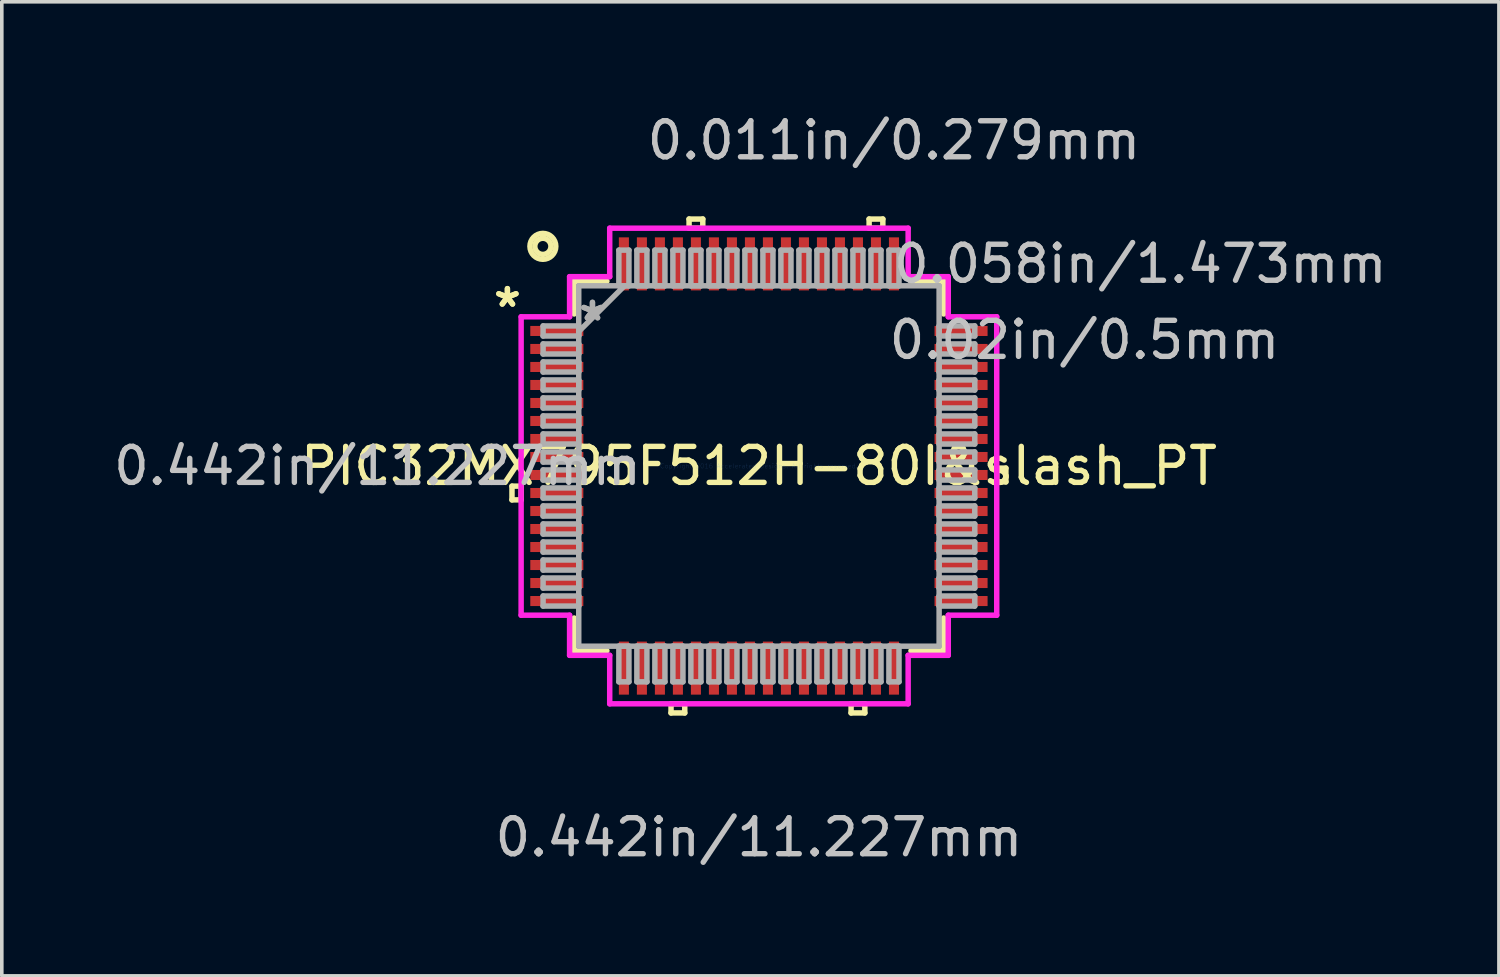
<source format=kicad_pcb>
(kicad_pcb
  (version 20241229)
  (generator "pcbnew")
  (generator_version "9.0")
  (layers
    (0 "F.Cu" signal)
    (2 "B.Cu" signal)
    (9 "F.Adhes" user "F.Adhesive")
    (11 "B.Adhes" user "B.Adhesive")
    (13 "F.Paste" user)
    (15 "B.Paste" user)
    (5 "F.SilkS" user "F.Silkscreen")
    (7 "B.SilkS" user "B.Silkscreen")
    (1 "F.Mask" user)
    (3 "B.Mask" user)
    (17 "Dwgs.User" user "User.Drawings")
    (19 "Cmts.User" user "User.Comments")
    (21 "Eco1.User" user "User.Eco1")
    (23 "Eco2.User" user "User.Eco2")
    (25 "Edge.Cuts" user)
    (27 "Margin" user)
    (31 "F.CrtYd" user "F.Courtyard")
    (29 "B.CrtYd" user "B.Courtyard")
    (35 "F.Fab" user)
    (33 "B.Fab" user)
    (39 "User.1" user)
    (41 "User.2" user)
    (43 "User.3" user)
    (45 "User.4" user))
  (footprint "PIC32MX795F512H-80I&slash_PT"
    (layer "F.Cu")
    (at 18.026 9.891)
    (property "Reference" "PIC32MX795F512H-80I&slash_PT" (at 0 0 0) (layer "F.SilkS") (effects (font (size 1 1) (thickness 0.15))))
    (attr through_hole)
    (fp_line (start -6.858 0.56) (end -6.858 0.941) (stroke (width 0.152) (type solid)) (layer "F.SilkS"))
    (fp_line (start -6.858 0.941) (end -6.604 0.941) (stroke (width 0.152) (type solid)) (layer "F.SilkS"))
    (fp_line (start -6.604 0.56) (end -6.858 0.56) (stroke (width 0.152) (type solid)) (layer "F.SilkS"))
    (fp_line (start -6.604 0.941) (end -6.604 0.56) (stroke (width 0.152) (type solid)) (layer "F.SilkS"))
    (fp_line (start -5.131 -5.131) (end -5.131 -4.222) (stroke (width 0.152) (type solid)) (layer "F.SilkS"))
    (fp_line (start -5.131 4.222) (end -5.131 5.131) (stroke (width 0.152) (type solid)) (layer "F.SilkS"))
    (fp_line (start -5.131 5.131) (end -4.222 5.131) (stroke (width 0.152) (type solid)) (layer "F.SilkS"))
    (fp_line (start -4.222 -5.131) (end -5.131 -5.131) (stroke (width 0.152) (type solid)) (layer "F.SilkS"))
    (fp_line (start -2.441 6.604) (end -2.441 6.858) (stroke (width 0.152) (type solid)) (layer "F.SilkS"))
    (fp_line (start -2.441 6.858) (end -2.06 6.858) (stroke (width 0.152) (type solid)) (layer "F.SilkS"))
    (fp_line (start -2.06 6.604) (end -2.441 6.604) (stroke (width 0.152) (type solid)) (layer "F.SilkS"))
    (fp_line (start -2.06 6.858) (end -2.06 6.604) (stroke (width 0.152) (type solid)) (layer "F.SilkS"))
    (fp_line (start -1.94 -6.858) (end -1.559 -6.858) (stroke (width 0.152) (type solid)) (layer "F.SilkS"))
    (fp_line (start -1.94 -6.604) (end -1.94 -6.858) (stroke (width 0.152) (type solid)) (layer "F.SilkS"))
    (fp_line (start -1.559 -6.858) (end -1.559 -6.604) (stroke (width 0.152) (type solid)) (layer "F.SilkS"))
    (fp_line (start -1.559 -6.604) (end -1.94 -6.604) (stroke (width 0.152) (type solid)) (layer "F.SilkS"))
    (fp_line (start 2.559 6.604) (end 2.559 6.858) (stroke (width 0.152) (type solid)) (layer "F.SilkS"))
    (fp_line (start 2.559 6.858) (end 2.941 6.858) (stroke (width 0.152) (type solid)) (layer "F.SilkS"))
    (fp_line (start 2.941 6.604) (end 2.559 6.604) (stroke (width 0.152) (type solid)) (layer "F.SilkS"))
    (fp_line (start 2.941 6.858) (end 2.941 6.604) (stroke (width 0.152) (type solid)) (layer "F.SilkS"))
    (fp_line (start 3.06 -6.858) (end 3.441 -6.858) (stroke (width 0.152) (type solid)) (layer "F.SilkS"))
    (fp_line (start 3.06 -6.604) (end 3.06 -6.858) (stroke (width 0.152) (type solid)) (layer "F.SilkS"))
    (fp_line (start 3.441 -6.858) (end 3.441 -6.604) (stroke (width 0.152) (type solid)) (layer "F.SilkS"))
    (fp_line (start 3.441 -6.604) (end 3.06 -6.604) (stroke (width 0.152) (type solid)) (layer "F.SilkS"))
    (fp_line (start 4.222 5.131) (end 5.131 5.131) (stroke (width 0.152) (type solid)) (layer "F.SilkS"))
    (fp_line (start 5.131 -5.131) (end 4.222 -5.131) (stroke (width 0.152) (type solid)) (layer "F.SilkS"))
    (fp_line (start 5.131 -4.222) (end 5.131 -5.131) (stroke (width 0.152) (type solid)) (layer "F.SilkS"))
    (fp_line (start 5.131 5.131) (end 5.131 4.222) (stroke (width 0.152) (type solid)) (layer "F.SilkS"))
    (fp_line (start 6.604 0.059) (end 6.858 0.059) (stroke (width 0.152) (type solid)) (layer "F.SilkS"))
    (fp_line (start 6.604 0.441) (end 6.604 0.059) (stroke (width 0.152) (type solid)) (layer "F.SilkS"))
    (fp_line (start 6.858 0.059) (end 6.858 0.441) (stroke (width 0.152) (type solid)) (layer "F.SilkS"))
    (fp_line (start 6.858 0.441) (end 6.604 0.441) (stroke (width 0.152) (type solid)) (layer "F.SilkS"))
    (fp_circle (center -6 -6.1) (end -5.9 -5.9) (stroke (width 0.15) (type solid)) (fill no) (layer "F.SilkS"))
    (fp_circle (center -6 -6.1) (end -5.8 -5.8) (stroke (width 0.15) (type solid)) (fill no) (layer "F.SilkS"))
    (fp_line (start -6.604 -4.144) (end -5.258 -4.144) (stroke (width 0.152) (type solid)) (layer "F.CrtYd"))
    (fp_line (start -6.604 4.144) (end -6.604 -4.144) (stroke (width 0.152) (type solid)) (layer "F.CrtYd"))
    (fp_line (start -5.258 -5.258) (end -4.144 -5.258) (stroke (width 0.152) (type solid)) (layer "F.CrtYd"))
    (fp_line (start -5.258 -4.144) (end -5.258 -5.258) (stroke (width 0.152) (type solid)) (layer "F.CrtYd"))
    (fp_line (start -5.258 4.144) (end -6.604 4.144) (stroke (width 0.152) (type solid)) (layer "F.CrtYd"))
    (fp_line (start -5.258 5.258) (end -5.258 4.144) (stroke (width 0.152) (type solid)) (layer "F.CrtYd"))
    (fp_line (start -4.144 -6.604) (end 4.144 -6.604) (stroke (width 0.152) (type solid)) (layer "F.CrtYd"))
    (fp_line (start -4.144 -5.258) (end -4.144 -6.604) (stroke (width 0.152) (type solid)) (layer "F.CrtYd"))
    (fp_line (start -4.144 5.258) (end -5.258 5.258) (stroke (width 0.152) (type solid)) (layer "F.CrtYd"))
    (fp_line (start -4.144 6.604) (end -4.144 5.258) (stroke (width 0.152) (type solid)) (layer "F.CrtYd"))
    (fp_line (start 4.144 -6.604) (end 4.144 -5.258) (stroke (width 0.152) (type solid)) (layer "F.CrtYd"))
    (fp_line (start 4.144 -5.258) (end 5.258 -5.258) (stroke (width 0.152) (type solid)) (layer "F.CrtYd"))
    (fp_line (start 4.144 5.258) (end 4.144 6.604) (stroke (width 0.152) (type solid)) (layer "F.CrtYd"))
    (fp_line (start 4.144 6.604) (end -4.144 6.604) (stroke (width 0.152) (type solid)) (layer "F.CrtYd"))
    (fp_line (start 5.258 -5.258) (end 5.258 -4.144) (stroke (width 0.152) (type solid)) (layer "F.CrtYd"))
    (fp_line (start 5.258 -4.144) (end 6.604 -4.144) (stroke (width 0.152) (type solid)) (layer "F.CrtYd"))
    (fp_line (start 5.258 4.144) (end 5.258 5.258) (stroke (width 0.152) (type solid)) (layer "F.CrtYd"))
    (fp_line (start 5.258 5.258) (end 4.144 5.258) (stroke (width 0.152) (type solid)) (layer "F.CrtYd"))
    (fp_line (start 6.604 -4.144) (end 6.604 4.144) (stroke (width 0.152) (type solid)) (layer "F.CrtYd"))
    (fp_line (start 6.604 4.144) (end 5.258 4.144) (stroke (width 0.152) (type solid)) (layer "F.CrtYd"))
    (fp_line (start -5.994 -3.89) (end -5.994 -3.61) (stroke (width 0.152) (type solid)) (layer "F.Fab"))
    (fp_line (start -5.994 -3.61) (end -5.004 -3.61) (stroke (width 0.152) (type solid)) (layer "F.Fab"))
    (fp_line (start -5.994 -3.39) (end -5.994 -3.11) (stroke (width 0.152) (type solid)) (layer "F.Fab"))
    (fp_line (start -5.994 -3.11) (end -5.004 -3.11) (stroke (width 0.152) (type solid)) (layer "F.Fab"))
    (fp_line (start -5.994 -2.89) (end -5.994 -2.61) (stroke (width 0.152) (type solid)) (layer "F.Fab"))
    (fp_line (start -5.994 -2.61) (end -5.004 -2.61) (stroke (width 0.152) (type solid)) (layer "F.Fab"))
    (fp_line (start -5.994 -2.39) (end -5.994 -2.11) (stroke (width 0.152) (type solid)) (layer "F.Fab"))
    (fp_line (start -5.994 -2.11) (end -5.004 -2.11) (stroke (width 0.152) (type solid)) (layer "F.Fab"))
    (fp_line (start -5.994 -1.89) (end -5.994 -1.61) (stroke (width 0.152) (type solid)) (layer "F.Fab"))
    (fp_line (start -5.994 -1.61) (end -5.004 -1.61) (stroke (width 0.152) (type solid)) (layer "F.Fab"))
    (fp_line (start -5.994 -1.39) (end -5.994 -1.11) (stroke (width 0.152) (type solid)) (layer "F.Fab"))
    (fp_line (start -5.994 -1.11) (end -5.004 -1.11) (stroke (width 0.152) (type solid)) (layer "F.Fab"))
    (fp_line (start -5.994 -0.89) (end -5.994 -0.61) (stroke (width 0.152) (type solid)) (layer "F.Fab"))
    (fp_line (start -5.994 -0.61) (end -5.004 -0.61) (stroke (width 0.152) (type solid)) (layer "F.Fab"))
    (fp_line (start -5.994 -0.39) (end -5.994 -0.11) (stroke (width 0.152) (type solid)) (layer "F.Fab"))
    (fp_line (start -5.994 -0.11) (end -5.004 -0.11) (stroke (width 0.152) (type solid)) (layer "F.Fab"))
    (fp_line (start -5.994 0.11) (end -5.994 0.39) (stroke (width 0.152) (type solid)) (layer "F.Fab"))
    (fp_line (start -5.994 0.39) (end -5.004 0.39) (stroke (width 0.152) (type solid)) (layer "F.Fab"))
    (fp_line (start -5.994 0.61) (end -5.994 0.89) (stroke (width 0.152) (type solid)) (layer "F.Fab"))
    (fp_line (start -5.994 0.89) (end -5.004 0.89) (stroke (width 0.152) (type solid)) (layer "F.Fab"))
    (fp_line (start -5.994 1.11) (end -5.994 1.39) (stroke (width 0.152) (type solid)) (layer "F.Fab"))
    (fp_line (start -5.994 1.39) (end -5.004 1.39) (stroke (width 0.152) (type solid)) (layer "F.Fab"))
    (fp_line (start -5.994 1.61) (end -5.994 1.89) (stroke (width 0.152) (type solid)) (layer "F.Fab"))
    (fp_line (start -5.994 1.89) (end -5.004 1.89) (stroke (width 0.152) (type solid)) (layer "F.Fab"))
    (fp_line (start -5.994 2.11) (end -5.994 2.39) (stroke (width 0.152) (type solid)) (layer "F.Fab"))
    (fp_line (start -5.994 2.39) (end -5.004 2.39) (stroke (width 0.152) (type solid)) (layer "F.Fab"))
    (fp_line (start -5.994 2.61) (end -5.994 2.89) (stroke (width 0.152) (type solid)) (layer "F.Fab"))
    (fp_line (start -5.994 2.89) (end -5.004 2.89) (stroke (width 0.152) (type solid)) (layer "F.Fab"))
    (fp_line (start -5.994 3.11) (end -5.994 3.39) (stroke (width 0.152) (type solid)) (layer "F.Fab"))
    (fp_line (start -5.994 3.39) (end -5.004 3.39) (stroke (width 0.152) (type solid)) (layer "F.Fab"))
    (fp_line (start -5.994 3.61) (end -5.994 3.89) (stroke (width 0.152) (type solid)) (layer "F.Fab"))
    (fp_line (start -5.994 3.89) (end -5.004 3.89) (stroke (width 0.152) (type solid)) (layer "F.Fab"))
    (fp_line (start -5.004 -5.004) (end -5.004 -5.004) (stroke (width 0.152) (type solid)) (layer "F.Fab"))
    (fp_line (start -5.004 -5.004) (end -5.004 5.004) (stroke (width 0.152) (type solid)) (layer "F.Fab"))
    (fp_line (start -5.004 -3.89) (end -5.994 -3.89) (stroke (width 0.152) (type solid)) (layer "F.Fab"))
    (fp_line (start -5.004 -3.734) (end -3.734 -5.004) (stroke (width 0.152) (type solid)) (layer "F.Fab"))
    (fp_line (start -5.004 -3.61) (end -5.004 -3.89) (stroke (width 0.152) (type solid)) (layer "F.Fab"))
    (fp_line (start -5.004 -3.39) (end -5.994 -3.39) (stroke (width 0.152) (type solid)) (layer "F.Fab"))
    (fp_line (start -5.004 -3.11) (end -5.004 -3.39) (stroke (width 0.152) (type solid)) (layer "F.Fab"))
    (fp_line (start -5.004 -2.89) (end -5.994 -2.89) (stroke (width 0.152) (type solid)) (layer "F.Fab"))
    (fp_line (start -5.004 -2.61) (end -5.004 -2.89) (stroke (width 0.152) (type solid)) (layer "F.Fab"))
    (fp_line (start -5.004 -2.39) (end -5.994 -2.39) (stroke (width 0.152) (type solid)) (layer "F.Fab"))
    (fp_line (start -5.004 -2.11) (end -5.004 -2.39) (stroke (width 0.152) (type solid)) (layer "F.Fab"))
    (fp_line (start -5.004 -1.89) (end -5.994 -1.89) (stroke (width 0.152) (type solid)) (layer "F.Fab"))
    (fp_line (start -5.004 -1.61) (end -5.004 -1.89) (stroke (width 0.152) (type solid)) (layer "F.Fab"))
    (fp_line (start -5.004 -1.39) (end -5.994 -1.39) (stroke (width 0.152) (type solid)) (layer "F.Fab"))
    (fp_line (start -5.004 -1.11) (end -5.004 -1.39) (stroke (width 0.152) (type solid)) (layer "F.Fab"))
    (fp_line (start -5.004 -0.89) (end -5.994 -0.89) (stroke (width 0.152) (type solid)) (layer "F.Fab"))
    (fp_line (start -5.004 -0.61) (end -5.004 -0.89) (stroke (width 0.152) (type solid)) (layer "F.Fab"))
    (fp_line (start -5.004 -0.39) (end -5.994 -0.39) (stroke (width 0.152) (type solid)) (layer "F.Fab"))
    (fp_line (start -5.004 -0.11) (end -5.004 -0.39) (stroke (width 0.152) (type solid)) (layer "F.Fab"))
    (fp_line (start -5.004 0.11) (end -5.994 0.11) (stroke (width 0.152) (type solid)) (layer "F.Fab"))
    (fp_line (start -5.004 0.39) (end -5.004 0.11) (stroke (width 0.152) (type solid)) (layer "F.Fab"))
    (fp_line (start -5.004 0.61) (end -5.994 0.61) (stroke (width 0.152) (type solid)) (layer "F.Fab"))
    (fp_line (start -5.004 0.89) (end -5.004 0.61) (stroke (width 0.152) (type solid)) (layer "F.Fab"))
    (fp_line (start -5.004 1.11) (end -5.994 1.11) (stroke (width 0.152) (type solid)) (layer "F.Fab"))
    (fp_line (start -5.004 1.39) (end -5.004 1.11) (stroke (width 0.152) (type solid)) (layer "F.Fab"))
    (fp_line (start -5.004 1.61) (end -5.994 1.61) (stroke (width 0.152) (type solid)) (layer "F.Fab"))
    (fp_line (start -5.004 1.89) (end -5.004 1.61) (stroke (width 0.152) (type solid)) (layer "F.Fab"))
    (fp_line (start -5.004 2.11) (end -5.994 2.11) (stroke (width 0.152) (type solid)) (layer "F.Fab"))
    (fp_line (start -5.004 2.39) (end -5.004 2.11) (stroke (width 0.152) (type solid)) (layer "F.Fab"))
    (fp_line (start -5.004 2.61) (end -5.994 2.61) (stroke (width 0.152) (type solid)) (layer "F.Fab"))
    (fp_line (start -5.004 2.89) (end -5.004 2.61) (stroke (width 0.152) (type solid)) (layer "F.Fab"))
    (fp_line (start -5.004 3.11) (end -5.994 3.11) (stroke (width 0.152) (type solid)) (layer "F.Fab"))
    (fp_line (start -5.004 3.39) (end -5.004 3.11) (stroke (width 0.152) (type solid)) (layer "F.Fab"))
    (fp_line (start -5.004 3.61) (end -5.994 3.61) (stroke (width 0.152) (type solid)) (layer "F.Fab"))
    (fp_line (start -5.004 3.89) (end -5.004 3.61) (stroke (width 0.152) (type solid)) (layer "F.Fab"))
    (fp_line (start -5.004 5.004) (end -5.004 5.004) (stroke (width 0.152) (type solid)) (layer "F.Fab"))
    (fp_line (start -5.004 5.004) (end 5.004 5.004) (stroke (width 0.152) (type solid)) (layer "F.Fab"))
    (fp_line (start -3.89 -5.994) (end -3.89 -5.004) (stroke (width 0.152) (type solid)) (layer "F.Fab"))
    (fp_line (start -3.89 -5.004) (end -3.61 -5.004) (stroke (width 0.152) (type solid)) (layer "F.Fab"))
    (fp_line (start -3.89 5.004) (end -3.89 5.994) (stroke (width 0.152) (type solid)) (layer "F.Fab"))
    (fp_line (start -3.89 5.994) (end -3.61 5.994) (stroke (width 0.152) (type solid)) (layer "F.Fab"))
    (fp_line (start -3.61 -5.994) (end -3.89 -5.994) (stroke (width 0.152) (type solid)) (layer "F.Fab"))
    (fp_line (start -3.61 -5.004) (end -3.61 -5.994) (stroke (width 0.152) (type solid)) (layer "F.Fab"))
    (fp_line (start -3.61 5.004) (end -3.89 5.004) (stroke (width 0.152) (type solid)) (layer "F.Fab"))
    (fp_line (start -3.61 5.994) (end -3.61 5.004) (stroke (width 0.152) (type solid)) (layer "F.Fab"))
    (fp_line (start -3.39 -5.994) (end -3.39 -5.004) (stroke (width 0.152) (type solid)) (layer "F.Fab"))
    (fp_line (start -3.39 -5.004) (end -3.11 -5.004) (stroke (width 0.152) (type solid)) (layer "F.Fab"))
    (fp_line (start -3.39 5.004) (end -3.39 5.994) (stroke (width 0.152) (type solid)) (layer "F.Fab"))
    (fp_line (start -3.39 5.994) (end -3.11 5.994) (stroke (width 0.152) (type solid)) (layer "F.Fab"))
    (fp_line (start -3.11 -5.994) (end -3.39 -5.994) (stroke (width 0.152) (type solid)) (layer "F.Fab"))
    (fp_line (start -3.11 -5.004) (end -3.11 -5.994) (stroke (width 0.152) (type solid)) (layer "F.Fab"))
    (fp_line (start -3.11 5.004) (end -3.39 5.004) (stroke (width 0.152) (type solid)) (layer "F.Fab"))
    (fp_line (start -3.11 5.994) (end -3.11 5.004) (stroke (width 0.152) (type solid)) (layer "F.Fab"))
    (fp_line (start -2.89 -5.994) (end -2.89 -5.004) (stroke (width 0.152) (type solid)) (layer "F.Fab"))
    (fp_line (start -2.89 -5.004) (end -2.61 -5.004) (stroke (width 0.152) (type solid)) (layer "F.Fab"))
    (fp_line (start -2.89 5.004) (end -2.89 5.994) (stroke (width 0.152) (type solid)) (layer "F.Fab"))
    (fp_line (start -2.89 5.994) (end -2.61 5.994) (stroke (width 0.152) (type solid)) (layer "F.Fab"))
    (fp_line (start -2.61 -5.994) (end -2.89 -5.994) (stroke (width 0.152) (type solid)) (layer "F.Fab"))
    (fp_line (start -2.61 -5.004) (end -2.61 -5.994) (stroke (width 0.152) (type solid)) (layer "F.Fab"))
    (fp_line (start -2.61 5.004) (end -2.89 5.004) (stroke (width 0.152) (type solid)) (layer "F.Fab"))
    (fp_line (start -2.61 5.994) (end -2.61 5.004) (stroke (width 0.152) (type solid)) (layer "F.Fab"))
    (fp_line (start -2.39 -5.994) (end -2.39 -5.004) (stroke (width 0.152) (type solid)) (layer "F.Fab"))
    (fp_line (start -2.39 -5.004) (end -2.11 -5.004) (stroke (width 0.152) (type solid)) (layer "F.Fab"))
    (fp_line (start -2.39 5.004) (end -2.39 5.994) (stroke (width 0.152) (type solid)) (layer "F.Fab"))
    (fp_line (start -2.39 5.994) (end -2.11 5.994) (stroke (width 0.152) (type solid)) (layer "F.Fab"))
    (fp_line (start -2.11 -5.994) (end -2.39 -5.994) (stroke (width 0.152) (type solid)) (layer "F.Fab"))
    (fp_line (start -2.11 -5.004) (end -2.11 -5.994) (stroke (width 0.152) (type solid)) (layer "F.Fab"))
    (fp_line (start -2.11 5.004) (end -2.39 5.004) (stroke (width 0.152) (type solid)) (layer "F.Fab"))
    (fp_line (start -2.11 5.994) (end -2.11 5.004) (stroke (width 0.152) (type solid)) (layer "F.Fab"))
    (fp_line (start -1.89 -5.994) (end -1.89 -5.004) (stroke (width 0.152) (type solid)) (layer "F.Fab"))
    (fp_line (start -1.89 -5.004) (end -1.61 -5.004) (stroke (width 0.152) (type solid)) (layer "F.Fab"))
    (fp_line (start -1.89 5.004) (end -1.89 5.994) (stroke (width 0.152) (type solid)) (layer "F.Fab"))
    (fp_line (start -1.89 5.994) (end -1.61 5.994) (stroke (width 0.152) (type solid)) (layer "F.Fab"))
    (fp_line (start -1.61 -5.994) (end -1.89 -5.994) (stroke (width 0.152) (type solid)) (layer "F.Fab"))
    (fp_line (start -1.61 -5.004) (end -1.61 -5.994) (stroke (width 0.152) (type solid)) (layer "F.Fab"))
    (fp_line (start -1.61 5.004) (end -1.89 5.004) (stroke (width 0.152) (type solid)) (layer "F.Fab"))
    (fp_line (start -1.61 5.994) (end -1.61 5.004) (stroke (width 0.152) (type solid)) (layer "F.Fab"))
    (fp_line (start -1.39 -5.994) (end -1.39 -5.004) (stroke (width 0.152) (type solid)) (layer "F.Fab"))
    (fp_line (start -1.39 -5.004) (end -1.11 -5.004) (stroke (width 0.152) (type solid)) (layer "F.Fab"))
    (fp_line (start -1.39 5.004) (end -1.39 5.994) (stroke (width 0.152) (type solid)) (layer "F.Fab"))
    (fp_line (start -1.39 5.994) (end -1.11 5.994) (stroke (width 0.152) (type solid)) (layer "F.Fab"))
    (fp_line (start -1.11 -5.994) (end -1.39 -5.994) (stroke (width 0.152) (type solid)) (layer "F.Fab"))
    (fp_line (start -1.11 -5.004) (end -1.11 -5.994) (stroke (width 0.152) (type solid)) (layer "F.Fab"))
    (fp_line (start -1.11 5.004) (end -1.39 5.004) (stroke (width 0.152) (type solid)) (layer "F.Fab"))
    (fp_line (start -1.11 5.994) (end -1.11 5.004) (stroke (width 0.152) (type solid)) (layer "F.Fab"))
    (fp_line (start -0.89 -5.994) (end -0.89 -5.004) (stroke (width 0.152) (type solid)) (layer "F.Fab"))
    (fp_line (start -0.89 -5.004) (end -0.61 -5.004) (stroke (width 0.152) (type solid)) (layer "F.Fab"))
    (fp_line (start -0.89 5.004) (end -0.89 5.994) (stroke (width 0.152) (type solid)) (layer "F.Fab"))
    (fp_line (start -0.89 5.994) (end -0.61 5.994) (stroke (width 0.152) (type solid)) (layer "F.Fab"))
    (fp_line (start -0.61 -5.994) (end -0.89 -5.994) (stroke (width 0.152) (type solid)) (layer "F.Fab"))
    (fp_line (start -0.61 -5.004) (end -0.61 -5.994) (stroke (width 0.152) (type solid)) (layer "F.Fab"))
    (fp_line (start -0.61 5.004) (end -0.89 5.004) (stroke (width 0.152) (type solid)) (layer "F.Fab"))
    (fp_line (start -0.61 5.994) (end -0.61 5.004) (stroke (width 0.152) (type solid)) (layer "F.Fab"))
    (fp_line (start -0.39 -5.994) (end -0.39 -5.004) (stroke (width 0.152) (type solid)) (layer "F.Fab"))
    (fp_line (start -0.39 -5.004) (end -0.11 -5.004) (stroke (width 0.152) (type solid)) (layer "F.Fab"))
    (fp_line (start -0.39 5.004) (end -0.39 5.994) (stroke (width 0.152) (type solid)) (layer "F.Fab"))
    (fp_line (start -0.39 5.994) (end -0.11 5.994) (stroke (width 0.152) (type solid)) (layer "F.Fab"))
    (fp_line (start -0.11 -5.994) (end -0.39 -5.994) (stroke (width 0.152) (type solid)) (layer "F.Fab"))
    (fp_line (start -0.11 -5.004) (end -0.11 -5.994) (stroke (width 0.152) (type solid)) (layer "F.Fab"))
    (fp_line (start -0.11 5.004) (end -0.39 5.004) (stroke (width 0.152) (type solid)) (layer "F.Fab"))
    (fp_line (start -0.11 5.994) (end -0.11 5.004) (stroke (width 0.152) (type solid)) (layer "F.Fab"))
    (fp_line (start 0.11 -5.994) (end 0.11 -5.004) (stroke (width 0.152) (type solid)) (layer "F.Fab"))
    (fp_line (start 0.11 -5.004) (end 0.39 -5.004) (stroke (width 0.152) (type solid)) (layer "F.Fab"))
    (fp_line (start 0.11 5.004) (end 0.11 5.994) (stroke (width 0.152) (type solid)) (layer "F.Fab"))
    (fp_line (start 0.11 5.994) (end 0.39 5.994) (stroke (width 0.152) (type solid)) (layer "F.Fab"))
    (fp_line (start 0.39 -5.994) (end 0.11 -5.994) (stroke (width 0.152) (type solid)) (layer "F.Fab"))
    (fp_line (start 0.39 -5.004) (end 0.39 -5.994) (stroke (width 0.152) (type solid)) (layer "F.Fab"))
    (fp_line (start 0.39 5.004) (end 0.11 5.004) (stroke (width 0.152) (type solid)) (layer "F.Fab"))
    (fp_line (start 0.39 5.994) (end 0.39 5.004) (stroke (width 0.152) (type solid)) (layer "F.Fab"))
    (fp_line (start 0.61 -5.994) (end 0.61 -5.004) (stroke (width 0.152) (type solid)) (layer "F.Fab"))
    (fp_line (start 0.61 -5.004) (end 0.89 -5.004) (stroke (width 0.152) (type solid)) (layer "F.Fab"))
    (fp_line (start 0.61 5.004) (end 0.61 5.994) (stroke (width 0.152) (type solid)) (layer "F.Fab"))
    (fp_line (start 0.61 5.994) (end 0.89 5.994) (stroke (width 0.152) (type solid)) (layer "F.Fab"))
    (fp_line (start 0.89 -5.994) (end 0.61 -5.994) (stroke (width 0.152) (type solid)) (layer "F.Fab"))
    (fp_line (start 0.89 -5.004) (end 0.89 -5.994) (stroke (width 0.152) (type solid)) (layer "F.Fab"))
    (fp_line (start 0.89 5.004) (end 0.61 5.004) (stroke (width 0.152) (type solid)) (layer "F.Fab"))
    (fp_line (start 0.89 5.994) (end 0.89 5.004) (stroke (width 0.152) (type solid)) (layer "F.Fab"))
    (fp_line (start 1.11 -5.994) (end 1.11 -5.004) (stroke (width 0.152) (type solid)) (layer "F.Fab"))
    (fp_line (start 1.11 -5.004) (end 1.39 -5.004) (stroke (width 0.152) (type solid)) (layer "F.Fab"))
    (fp_line (start 1.11 5.004) (end 1.11 5.994) (stroke (width 0.152) (type solid)) (layer "F.Fab"))
    (fp_line (start 1.11 5.994) (end 1.39 5.994) (stroke (width 0.152) (type solid)) (layer "F.Fab"))
    (fp_line (start 1.39 -5.994) (end 1.11 -5.994) (stroke (width 0.152) (type solid)) (layer "F.Fab"))
    (fp_line (start 1.39 -5.004) (end 1.39 -5.994) (stroke (width 0.152) (type solid)) (layer "F.Fab"))
    (fp_line (start 1.39 5.004) (end 1.11 5.004) (stroke (width 0.152) (type solid)) (layer "F.Fab"))
    (fp_line (start 1.39 5.994) (end 1.39 5.004) (stroke (width 0.152) (type solid)) (layer "F.Fab"))
    (fp_line (start 1.61 -5.994) (end 1.61 -5.004) (stroke (width 0.152) (type solid)) (layer "F.Fab"))
    (fp_line (start 1.61 -5.004) (end 1.89 -5.004) (stroke (width 0.152) (type solid)) (layer "F.Fab"))
    (fp_line (start 1.61 5.004) (end 1.61 5.994) (stroke (width 0.152) (type solid)) (layer "F.Fab"))
    (fp_line (start 1.61 5.994) (end 1.89 5.994) (stroke (width 0.152) (type solid)) (layer "F.Fab"))
    (fp_line (start 1.89 -5.994) (end 1.61 -5.994) (stroke (width 0.152) (type solid)) (layer "F.Fab"))
    (fp_line (start 1.89 -5.004) (end 1.89 -5.994) (stroke (width 0.152) (type solid)) (layer "F.Fab"))
    (fp_line (start 1.89 5.004) (end 1.61 5.004) (stroke (width 0.152) (type solid)) (layer "F.Fab"))
    (fp_line (start 1.89 5.994) (end 1.89 5.004) (stroke (width 0.152) (type solid)) (layer "F.Fab"))
    (fp_line (start 2.11 -5.994) (end 2.11 -5.004) (stroke (width 0.152) (type solid)) (layer "F.Fab"))
    (fp_line (start 2.11 -5.004) (end 2.39 -5.004) (stroke (width 0.152) (type solid)) (layer "F.Fab"))
    (fp_line (start 2.11 5.004) (end 2.11 5.994) (stroke (width 0.152) (type solid)) (layer "F.Fab"))
    (fp_line (start 2.11 5.994) (end 2.39 5.994) (stroke (width 0.152) (type solid)) (layer "F.Fab"))
    (fp_line (start 2.39 -5.994) (end 2.11 -5.994) (stroke (width 0.152) (type solid)) (layer "F.Fab"))
    (fp_line (start 2.39 -5.004) (end 2.39 -5.994) (stroke (width 0.152) (type solid)) (layer "F.Fab"))
    (fp_line (start 2.39 5.004) (end 2.11 5.004) (stroke (width 0.152) (type solid)) (layer "F.Fab"))
    (fp_line (start 2.39 5.994) (end 2.39 5.004) (stroke (width 0.152) (type solid)) (layer "F.Fab"))
    (fp_line (start 2.61 -5.994) (end 2.61 -5.004) (stroke (width 0.152) (type solid)) (layer "F.Fab"))
    (fp_line (start 2.61 -5.004) (end 2.89 -5.004) (stroke (width 0.152) (type solid)) (layer "F.Fab"))
    (fp_line (start 2.61 5.004) (end 2.61 5.994) (stroke (width 0.152) (type solid)) (layer "F.Fab"))
    (fp_line (start 2.61 5.994) (end 2.89 5.994) (stroke (width 0.152) (type solid)) (layer "F.Fab"))
    (fp_line (start 2.89 -5.994) (end 2.61 -5.994) (stroke (width 0.152) (type solid)) (layer "F.Fab"))
    (fp_line (start 2.89 -5.004) (end 2.89 -5.994) (stroke (width 0.152) (type solid)) (layer "F.Fab"))
    (fp_line (start 2.89 5.004) (end 2.61 5.004) (stroke (width 0.152) (type solid)) (layer "F.Fab"))
    (fp_line (start 2.89 5.994) (end 2.89 5.004) (stroke (width 0.152) (type solid)) (layer "F.Fab"))
    (fp_line (start 3.11 -5.994) (end 3.11 -5.004) (stroke (width 0.152) (type solid)) (layer "F.Fab"))
    (fp_line (start 3.11 -5.004) (end 3.39 -5.004) (stroke (width 0.152) (type solid)) (layer "F.Fab"))
    (fp_line (start 3.11 5.004) (end 3.11 5.994) (stroke (width 0.152) (type solid)) (layer "F.Fab"))
    (fp_line (start 3.11 5.994) (end 3.39 5.994) (stroke (width 0.152) (type solid)) (layer "F.Fab"))
    (fp_line (start 3.39 -5.994) (end 3.11 -5.994) (stroke (width 0.152) (type solid)) (layer "F.Fab"))
    (fp_line (start 3.39 -5.004) (end 3.39 -5.994) (stroke (width 0.152) (type solid)) (layer "F.Fab"))
    (fp_line (start 3.39 5.004) (end 3.11 5.004) (stroke (width 0.152) (type solid)) (layer "F.Fab"))
    (fp_line (start 3.39 5.994) (end 3.39 5.004) (stroke (width 0.152) (type solid)) (layer "F.Fab"))
    (fp_line (start 3.61 -5.994) (end 3.61 -5.004) (stroke (width 0.152) (type solid)) (layer "F.Fab"))
    (fp_line (start 3.61 -5.004) (end 3.89 -5.004) (stroke (width 0.152) (type solid)) (layer "F.Fab"))
    (fp_line (start 3.61 5.004) (end 3.61 5.994) (stroke (width 0.152) (type solid)) (layer "F.Fab"))
    (fp_line (start 3.61 5.994) (end 3.89 5.994) (stroke (width 0.152) (type solid)) (layer "F.Fab"))
    (fp_line (start 3.89 -5.994) (end 3.61 -5.994) (stroke (width 0.152) (type solid)) (layer "F.Fab"))
    (fp_line (start 3.89 -5.004) (end 3.89 -5.994) (stroke (width 0.152) (type solid)) (layer "F.Fab"))
    (fp_line (start 3.89 5.004) (end 3.61 5.004) (stroke (width 0.152) (type solid)) (layer "F.Fab"))
    (fp_line (start 3.89 5.994) (end 3.89 5.004) (stroke (width 0.152) (type solid)) (layer "F.Fab"))
    (fp_line (start 5.004 -5.004) (end -5.004 -5.004) (stroke (width 0.152) (type solid)) (layer "F.Fab"))
    (fp_line (start 5.004 -5.004) (end 5.004 -5.004) (stroke (width 0.152) (type solid)) (layer "F.Fab"))
    (fp_line (start 5.004 -3.89) (end 5.004 -3.61) (stroke (width 0.152) (type solid)) (layer "F.Fab"))
    (fp_line (start 5.004 -3.61) (end 5.994 -3.61) (stroke (width 0.152) (type solid)) (layer "F.Fab"))
    (fp_line (start 5.004 -3.39) (end 5.004 -3.11) (stroke (width 0.152) (type solid)) (layer "F.Fab"))
    (fp_line (start 5.004 -3.11) (end 5.994 -3.11) (stroke (width 0.152) (type solid)) (layer "F.Fab"))
    (fp_line (start 5.004 -2.89) (end 5.004 -2.61) (stroke (width 0.152) (type solid)) (layer "F.Fab"))
    (fp_line (start 5.004 -2.61) (end 5.994 -2.61) (stroke (width 0.152) (type solid)) (layer "F.Fab"))
    (fp_line (start 5.004 -2.39) (end 5.004 -2.11) (stroke (width 0.152) (type solid)) (layer "F.Fab"))
    (fp_line (start 5.004 -2.11) (end 5.994 -2.11) (stroke (width 0.152) (type solid)) (layer "F.Fab"))
    (fp_line (start 5.004 -1.89) (end 5.004 -1.61) (stroke (width 0.152) (type solid)) (layer "F.Fab"))
    (fp_line (start 5.004 -1.61) (end 5.994 -1.61) (stroke (width 0.152) (type solid)) (layer "F.Fab"))
    (fp_line (start 5.004 -1.39) (end 5.004 -1.11) (stroke (width 0.152) (type solid)) (layer "F.Fab"))
    (fp_line (start 5.004 -1.11) (end 5.994 -1.11) (stroke (width 0.152) (type solid)) (layer "F.Fab"))
    (fp_line (start 5.004 -0.89) (end 5.004 -0.61) (stroke (width 0.152) (type solid)) (layer "F.Fab"))
    (fp_line (start 5.004 -0.61) (end 5.994 -0.61) (stroke (width 0.152) (type solid)) (layer "F.Fab"))
    (fp_line (start 5.004 -0.39) (end 5.004 -0.11) (stroke (width 0.152) (type solid)) (layer "F.Fab"))
    (fp_line (start 5.004 -0.11) (end 5.994 -0.11) (stroke (width 0.152) (type solid)) (layer "F.Fab"))
    (fp_line (start 5.004 0.11) (end 5.004 0.39) (stroke (width 0.152) (type solid)) (layer "F.Fab"))
    (fp_line (start 5.004 0.39) (end 5.994 0.39) (stroke (width 0.152) (type solid)) (layer "F.Fab"))
    (fp_line (start 5.004 0.61) (end 5.004 0.89) (stroke (width 0.152) (type solid)) (layer "F.Fab"))
    (fp_line (start 5.004 0.89) (end 5.994 0.89) (stroke (width 0.152) (type solid)) (layer "F.Fab"))
    (fp_line (start 5.004 1.11) (end 5.004 1.39) (stroke (width 0.152) (type solid)) (layer "F.Fab"))
    (fp_line (start 5.004 1.39) (end 5.994 1.39) (stroke (width 0.152) (type solid)) (layer "F.Fab"))
    (fp_line (start 5.004 1.61) (end 5.004 1.89) (stroke (width 0.152) (type solid)) (layer "F.Fab"))
    (fp_line (start 5.004 1.89) (end 5.994 1.89) (stroke (width 0.152) (type solid)) (layer "F.Fab"))
    (fp_line (start 5.004 2.11) (end 5.004 2.39) (stroke (width 0.152) (type solid)) (layer "F.Fab"))
    (fp_line (start 5.004 2.39) (end 5.994 2.39) (stroke (width 0.152) (type solid)) (layer "F.Fab"))
    (fp_line (start 5.004 2.61) (end 5.004 2.89) (stroke (width 0.152) (type solid)) (layer "F.Fab"))
    (fp_line (start 5.004 2.89) (end 5.994 2.89) (stroke (width 0.152) (type solid)) (layer "F.Fab"))
    (fp_line (start 5.004 3.11) (end 5.004 3.39) (stroke (width 0.152) (type solid)) (layer "F.Fab"))
    (fp_line (start 5.004 3.39) (end 5.994 3.39) (stroke (width 0.152) (type solid)) (layer "F.Fab"))
    (fp_line (start 5.004 3.61) (end 5.004 3.89) (stroke (width 0.152) (type solid)) (layer "F.Fab"))
    (fp_line (start 5.004 3.89) (end 5.994 3.89) (stroke (width 0.152) (type solid)) (layer "F.Fab"))
    (fp_line (start 5.004 5.004) (end 5.004 -5.004) (stroke (width 0.152) (type solid)) (layer "F.Fab"))
    (fp_line (start 5.004 5.004) (end 5.004 5.004) (stroke (width 0.152) (type solid)) (layer "F.Fab"))
    (fp_line (start 5.994 -3.89) (end 5.004 -3.89) (stroke (width 0.152) (type solid)) (layer "F.Fab"))
    (fp_line (start 5.994 -3.61) (end 5.994 -3.89) (stroke (width 0.152) (type solid)) (layer "F.Fab"))
    (fp_line (start 5.994 -3.39) (end 5.004 -3.39) (stroke (width 0.152) (type solid)) (layer "F.Fab"))
    (fp_line (start 5.994 -3.11) (end 5.994 -3.39) (stroke (width 0.152) (type solid)) (layer "F.Fab"))
    (fp_line (start 5.994 -2.89) (end 5.004 -2.89) (stroke (width 0.152) (type solid)) (layer "F.Fab"))
    (fp_line (start 5.994 -2.61) (end 5.994 -2.89) (stroke (width 0.152) (type solid)) (layer "F.Fab"))
    (fp_line (start 5.994 -2.39) (end 5.004 -2.39) (stroke (width 0.152) (type solid)) (layer "F.Fab"))
    (fp_line (start 5.994 -2.11) (end 5.994 -2.39) (stroke (width 0.152) (type solid)) (layer "F.Fab"))
    (fp_line (start 5.994 -1.89) (end 5.004 -1.89) (stroke (width 0.152) (type solid)) (layer "F.Fab"))
    (fp_line (start 5.994 -1.61) (end 5.994 -1.89) (stroke (width 0.152) (type solid)) (layer "F.Fab"))
    (fp_line (start 5.994 -1.39) (end 5.004 -1.39) (stroke (width 0.152) (type solid)) (layer "F.Fab"))
    (fp_line (start 5.994 -1.11) (end 5.994 -1.39) (stroke (width 0.152) (type solid)) (layer "F.Fab"))
    (fp_line (start 5.994 -0.89) (end 5.004 -0.89) (stroke (width 0.152) (type solid)) (layer "F.Fab"))
    (fp_line (start 5.994 -0.61) (end 5.994 -0.89) (stroke (width 0.152) (type solid)) (layer "F.Fab"))
    (fp_line (start 5.994 -0.39) (end 5.004 -0.39) (stroke (width 0.152) (type solid)) (layer "F.Fab"))
    (fp_line (start 5.994 -0.11) (end 5.994 -0.39) (stroke (width 0.152) (type solid)) (layer "F.Fab"))
    (fp_line (start 5.994 0.11) (end 5.004 0.11) (stroke (width 0.152) (type solid)) (layer "F.Fab"))
    (fp_line (start 5.994 0.39) (end 5.994 0.11) (stroke (width 0.152) (type solid)) (layer "F.Fab"))
    (fp_line (start 5.994 0.61) (end 5.004 0.61) (stroke (width 0.152) (type solid)) (layer "F.Fab"))
    (fp_line (start 5.994 0.89) (end 5.994 0.61) (stroke (width 0.152) (type solid)) (layer "F.Fab"))
    (fp_line (start 5.994 1.11) (end 5.004 1.11) (stroke (width 0.152) (type solid)) (layer "F.Fab"))
    (fp_line (start 5.994 1.39) (end 5.994 1.11) (stroke (width 0.152) (type solid)) (layer "F.Fab"))
    (fp_line (start 5.994 1.61) (end 5.004 1.61) (stroke (width 0.152) (type solid)) (layer "F.Fab"))
    (fp_line (start 5.994 1.89) (end 5.994 1.61) (stroke (width 0.152) (type solid)) (layer "F.Fab"))
    (fp_line (start 5.994 2.11) (end 5.004 2.11) (stroke (width 0.152) (type solid)) (layer "F.Fab"))
    (fp_line (start 5.994 2.39) (end 5.994 2.11) (stroke (width 0.152) (type solid)) (layer "F.Fab"))
    (fp_line (start 5.994 2.61) (end 5.004 2.61) (stroke (width 0.152) (type solid)) (layer "F.Fab"))
    (fp_line (start 5.994 2.89) (end 5.994 2.61) (stroke (width 0.152) (type solid)) (layer "F.Fab"))
    (fp_line (start 5.994 3.11) (end 5.004 3.11) (stroke (width 0.152) (type solid)) (layer "F.Fab"))
    (fp_line (start 5.994 3.39) (end 5.994 3.11) (stroke (width 0.152) (type solid)) (layer "F.Fab"))
    (fp_line (start 5.994 3.61) (end 5.004 3.61) (stroke (width 0.152) (type solid)) (layer "F.Fab"))
    (fp_line (start 5.994 3.89) (end 5.994 3.61) (stroke (width 0.152) (type solid)) (layer "F.Fab"))
    (fp_text user "*" (at -6.985 -4.381 0) (layer "F.SilkS") (effects (font (size 1 1) (thickness 0.15))))
    (fp_text user "*" (at -6.985 -4.381 0) (layer "F.SilkS") (effects (font (size 1 1) (thickness 0.15))))
    (fp_text user "0.058in/1.473mm" (at 10.592 -5.613 0) (layer "Dwgs.User") (effects (font (size 1 1) (thickness 0.15))))
    (fp_text user "0.442in/11.227mm" (at 0 10.312 0) (layer "Dwgs.User") (effects (font (size 1 1) (thickness 0.15))))
    (fp_text user "0.442in/11.227mm" (at -10.592 0 0) (layer "Dwgs.User") (effects (font (size 1 1) (thickness 0.15))))
    (fp_text user "0.011in/0.279mm" (at 3.75 -9.042 0) (layer "Dwgs.User") (effects (font (size 1 1) (thickness 0.15))))
    (fp_text user "0.02in/0.5mm" (at 9.042 -3.5 0) (layer "Dwgs.User") (effects (font (size 1 1) (thickness 0.15))))
    (fp_text user "Copyright 2016 Accelerated Designs. All rights reserved." (at 0 0 0) (layer "Cmts.User") (effects (font (size 0.127 0.127) (thickness 0.002))))
    (fp_text user "*" (at -4.623 -4 0) (layer "F.Fab") (effects (font (size 1 1) (thickness 0.15))))
    (fp_text user "*" (at -4.623 -4 0) (layer "F.Fab") (effects (font (size 1 1) (thickness 0.15))))
    (pad "1" smd rect (at -5.613 -3.75 90) (size 0.279 1.473) (layers "F.Cu" "F.Mask" "F.Paste"))
    (pad "2" smd rect (at -5.613 -3.25 90) (size 0.279 1.473) (layers "F.Cu" "F.Mask" "F.Paste"))
    (pad "3" smd rect (at -5.613 -2.75 90) (size 0.279 1.473) (layers "F.Cu" "F.Mask" "F.Paste"))
    (pad "4" smd rect (at -5.613 -2.25 90) (size 0.279 1.473) (layers "F.Cu" "F.Mask" "F.Paste"))
    (pad "5" smd rect (at -5.613 -1.75 90) (size 0.279 1.473) (layers "F.Cu" "F.Mask" "F.Paste"))
    (pad "6" smd rect (at -5.613 -1.25 90) (size 0.279 1.473) (layers "F.Cu" "F.Mask" "F.Paste"))
    (pad "7" smd rect (at -5.613 -0.75 90) (size 0.279 1.473) (layers "F.Cu" "F.Mask" "F.Paste"))
    (pad "8" smd rect (at -5.613 -0.25 90) (size 0.279 1.473) (layers "F.Cu" "F.Mask" "F.Paste"))
    (pad "9" smd rect (at -5.613 0.25 90) (size 0.279 1.473) (layers "F.Cu" "F.Mask" "F.Paste"))
    (pad "10" smd rect (at -5.613 0.75 90) (size 0.279 1.473) (layers "F.Cu" "F.Mask" "F.Paste"))
    (pad "11" smd rect (at -5.613 1.25 90) (size 0.279 1.473) (layers "F.Cu" "F.Mask" "F.Paste"))
    (pad "12" smd rect (at -5.613 1.75 90) (size 0.279 1.473) (layers "F.Cu" "F.Mask" "F.Paste"))
    (pad "13" smd rect (at -5.613 2.25 90) (size 0.279 1.473) (layers "F.Cu" "F.Mask" "F.Paste"))
    (pad "14" smd rect (at -5.613 2.75 90) (size 0.279 1.473) (layers "F.Cu" "F.Mask" "F.Paste"))
    (pad "15" smd rect (at -5.613 3.25 90) (size 0.279 1.473) (layers "F.Cu" "F.Mask" "F.Paste"))
    (pad "16" smd rect (at -5.613 3.75 90) (size 0.279 1.473) (layers "F.Cu" "F.Mask" "F.Paste"))
    (pad "17" smd rect (at -3.75 5.613) (size 0.279 1.473) (layers "F.Cu" "F.Mask" "F.Paste"))
    (pad "18" smd rect (at -3.25 5.613) (size 0.279 1.473) (layers "F.Cu" "F.Mask" "F.Paste"))
    (pad "19" smd rect (at -2.75 5.613) (size 0.279 1.473) (layers "F.Cu" "F.Mask" "F.Paste"))
    (pad "20" smd rect (at -2.25 5.613) (size 0.279 1.473) (layers "F.Cu" "F.Mask" "F.Paste"))
    (pad "21" smd rect (at -1.75 5.613) (size 0.279 1.473) (layers "F.Cu" "F.Mask" "F.Paste"))
    (pad "22" smd rect (at -1.25 5.613) (size 0.279 1.473) (layers "F.Cu" "F.Mask" "F.Paste"))
    (pad "23" smd rect (at -0.75 5.613) (size 0.279 1.473) (layers "F.Cu" "F.Mask" "F.Paste"))
    (pad "24" smd rect (at -0.25 5.613) (size 0.279 1.473) (layers "F.Cu" "F.Mask" "F.Paste"))
    (pad "25" smd rect (at 0.25 5.613) (size 0.279 1.473) (layers "F.Cu" "F.Mask" "F.Paste"))
    (pad "26" smd rect (at 0.75 5.613) (size 0.279 1.473) (layers "F.Cu" "F.Mask" "F.Paste"))
    (pad "27" smd rect (at 1.25 5.613) (size 0.279 1.473) (layers "F.Cu" "F.Mask" "F.Paste"))
    (pad "28" smd rect (at 1.75 5.613) (size 0.279 1.473) (layers "F.Cu" "F.Mask" "F.Paste"))
    (pad "29" smd rect (at 2.25 5.613) (size 0.279 1.473) (layers "F.Cu" "F.Mask" "F.Paste"))
    (pad "30" smd rect (at 2.75 5.613) (size 0.279 1.473) (layers "F.Cu" "F.Mask" "F.Paste"))
    (pad "31" smd rect (at 3.25 5.613) (size 0.279 1.473) (layers "F.Cu" "F.Mask" "F.Paste"))
    (pad "32" smd rect (at 3.75 5.613) (size 0.279 1.473) (layers "F.Cu" "F.Mask" "F.Paste"))
    (pad "33" smd rect (at 5.613 3.75 90) (size 0.279 1.473) (layers "F.Cu" "F.Mask" "F.Paste"))
    (pad "34" smd rect (at 5.613 3.25 90) (size 0.279 1.473) (layers "F.Cu" "F.Mask" "F.Paste"))
    (pad "35" smd rect (at 5.613 2.75 90) (size 0.279 1.473) (layers "F.Cu" "F.Mask" "F.Paste"))
    (pad "36" smd rect (at 5.613 2.25 90) (size 0.279 1.473) (layers "F.Cu" "F.Mask" "F.Paste"))
    (pad "37" smd rect (at 5.613 1.75 90) (size 0.279 1.473) (layers "F.Cu" "F.Mask" "F.Paste"))
    (pad "38" smd rect (at 5.613 1.25 90) (size 0.279 1.473) (layers "F.Cu" "F.Mask" "F.Paste"))
    (pad "39" smd rect (at 5.613 0.75 90) (size 0.279 1.473) (layers "F.Cu" "F.Mask" "F.Paste"))
    (pad "40" smd rect (at 5.613 0.25 90) (size 0.279 1.473) (layers "F.Cu" "F.Mask" "F.Paste"))
    (pad "41" smd rect (at 5.613 -0.25 90) (size 0.279 1.473) (layers "F.Cu" "F.Mask" "F.Paste"))
    (pad "42" smd rect (at 5.613 -0.75 90) (size 0.279 1.473) (layers "F.Cu" "F.Mask" "F.Paste"))
    (pad "43" smd rect (at 5.613 -1.25 90) (size 0.279 1.473) (layers "F.Cu" "F.Mask" "F.Paste"))
    (pad "44" smd rect (at 5.613 -1.75 90) (size 0.279 1.473) (layers "F.Cu" "F.Mask" "F.Paste"))
    (pad "45" smd rect (at 5.613 -2.25 90) (size 0.279 1.473) (layers "F.Cu" "F.Mask" "F.Paste"))
    (pad "46" smd rect (at 5.613 -2.75 90) (size 0.279 1.473) (layers "F.Cu" "F.Mask" "F.Paste"))
    (pad "47" smd rect (at 5.613 -3.25 90) (size 0.279 1.473) (layers "F.Cu" "F.Mask" "F.Paste"))
    (pad "48" smd rect (at 5.613 -3.75 90) (size 0.279 1.473) (layers "F.Cu" "F.Mask" "F.Paste"))
    (pad "49" smd rect (at 3.75 -5.613) (size 0.279 1.473) (layers "F.Cu" "F.Mask" "F.Paste"))
    (pad "50" smd rect (at 3.25 -5.613) (size 0.279 1.473) (layers "F.Cu" "F.Mask" "F.Paste"))
    (pad "51" smd rect (at 2.75 -5.613) (size 0.279 1.473) (layers "F.Cu" "F.Mask" "F.Paste"))
    (pad "52" smd rect (at 2.25 -5.613) (size 0.279 1.473) (layers "F.Cu" "F.Mask" "F.Paste"))
    (pad "53" smd rect (at 1.75 -5.613) (size 0.279 1.473) (layers "F.Cu" "F.Mask" "F.Paste"))
    (pad "54" smd rect (at 1.25 -5.613) (size 0.279 1.473) (layers "F.Cu" "F.Mask" "F.Paste"))
    (pad "55" smd rect (at 0.75 -5.613) (size 0.279 1.473) (layers "F.Cu" "F.Mask" "F.Paste"))
    (pad "56" smd rect (at 0.25 -5.613) (size 0.279 1.473) (layers "F.Cu" "F.Mask" "F.Paste"))
    (pad "57" smd rect (at -0.25 -5.613) (size 0.279 1.473) (layers "F.Cu" "F.Mask" "F.Paste"))
    (pad "58" smd rect (at -0.75 -5.613) (size 0.279 1.473) (layers "F.Cu" "F.Mask" "F.Paste"))
    (pad "59" smd rect (at -1.25 -5.613) (size 0.279 1.473) (layers "F.Cu" "F.Mask" "F.Paste"))
    (pad "60" smd rect (at -1.75 -5.613) (size 0.279 1.473) (layers "F.Cu" "F.Mask" "F.Paste"))
    (pad "61" smd rect (at -2.25 -5.613) (size 0.279 1.473) (layers "F.Cu" "F.Mask" "F.Paste"))
    (pad "62" smd rect (at -2.75 -5.613) (size 0.279 1.473) (layers "F.Cu" "F.Mask" "F.Paste"))
    (pad "63" smd rect (at -3.25 -5.613) (size 0.279 1.473) (layers "F.Cu" "F.Mask" "F.Paste"))
    (pad "64" smd rect (at -3.75 -5.613) (size 0.279 1.473) (layers "F.Cu" "F.Mask" "F.Paste")))
  (gr_rect
    (start -3 -3)
    (end 38.576 24.051)
    (stroke (width 0.1) (type default))
    (fill no)
    (layer "Edge.Cuts")))
</source>
